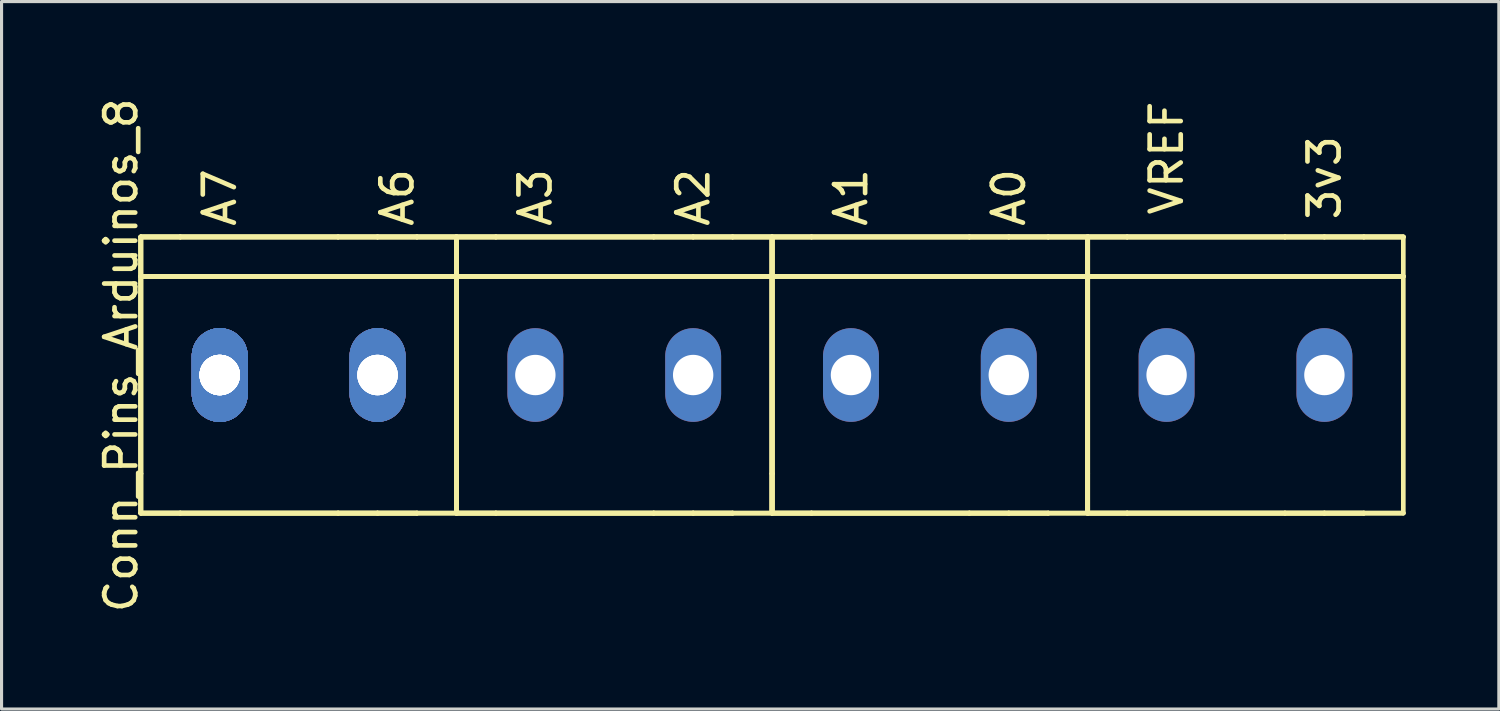
<source format=kicad_pcb>
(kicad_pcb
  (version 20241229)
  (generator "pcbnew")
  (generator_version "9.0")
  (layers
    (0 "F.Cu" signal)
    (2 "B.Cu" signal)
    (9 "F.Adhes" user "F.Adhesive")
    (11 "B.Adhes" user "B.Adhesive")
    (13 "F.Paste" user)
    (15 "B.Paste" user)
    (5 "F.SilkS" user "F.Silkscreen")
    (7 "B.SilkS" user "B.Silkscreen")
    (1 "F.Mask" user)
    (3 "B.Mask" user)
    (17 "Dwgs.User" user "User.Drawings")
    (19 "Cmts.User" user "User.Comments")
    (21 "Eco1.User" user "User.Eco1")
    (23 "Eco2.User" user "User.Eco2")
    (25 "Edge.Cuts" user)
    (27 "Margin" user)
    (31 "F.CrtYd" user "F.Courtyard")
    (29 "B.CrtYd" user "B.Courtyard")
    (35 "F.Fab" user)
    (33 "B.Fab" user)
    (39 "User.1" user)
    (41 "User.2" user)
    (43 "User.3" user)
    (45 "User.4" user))
  (footprint "Conn_Pins_Arduinos_8"
    (layer "F.Cu")
    (at 6.563 9.022)
    (property "Reference" "Conn_Pins_Arduinos_8" (at -5.715 -0.635 90) (layer "F.SilkS") (effects (font (size 1 1) (thickness 0.15))))
    (attr exclude_from_pos_files exclude_from_bom)
    (fp_line (start -5.08 -4.445) (end -3.81 -4.445) (stroke (width 0.15) (type solid)) (layer "F.SilkS"))
    (fp_line (start -5.08 -4.445) (end -3.81 -4.445) (stroke (width 0.15) (type solid)) (layer "F.SilkS"))
    (fp_line (start -5.08 -4.445) (end -3.81 -4.445) (stroke (width 0.15) (type solid)) (layer "F.SilkS"))
    (fp_line (start -5.08 -4.445) (end -3.81 -4.445) (stroke (width 0.15) (type solid)) (layer "F.SilkS"))
    (fp_line (start -5.08 -3.175) (end -5.08 -4.445) (stroke (width 0.15) (type solid)) (layer "F.SilkS"))
    (fp_line (start -5.08 -3.175) (end -5.08 -4.445) (stroke (width 0.15) (type solid)) (layer "F.SilkS"))
    (fp_line (start -5.08 -3.175) (end -5.08 -4.445) (stroke (width 0.15) (type solid)) (layer "F.SilkS"))
    (fp_line (start -5.08 -3.175) (end -5.08 -4.445) (stroke (width 0.15) (type solid)) (layer "F.SilkS"))
    (fp_line (start -5.08 -3.175) (end -5.08 3.175) (stroke (width 0.15) (type solid)) (layer "F.SilkS"))
    (fp_line (start -5.08 -3.175) (end -5.08 3.175) (stroke (width 0.15) (type solid)) (layer "F.SilkS"))
    (fp_line (start -5.08 -3.175) (end -5.08 3.175) (stroke (width 0.15) (type solid)) (layer "F.SilkS"))
    (fp_line (start -5.08 -3.175) (end -5.08 3.175) (stroke (width 0.15) (type solid)) (layer "F.SilkS"))
    (fp_line (start -5.08 -3.175) (end -3.81 -3.175) (stroke (width 0.15) (type solid)) (layer "F.SilkS"))
    (fp_line (start -5.08 -3.175) (end -3.81 -3.175) (stroke (width 0.15) (type solid)) (layer "F.SilkS"))
    (fp_line (start -5.08 -3.175) (end -3.81 -3.175) (stroke (width 0.15) (type solid)) (layer "F.SilkS"))
    (fp_line (start -5.08 -3.175) (end -3.81 -3.175) (stroke (width 0.15) (type solid)) (layer "F.SilkS"))
    (fp_line (start -5.08 4.445) (end -5.08 3.175) (stroke (width 0.15) (type solid)) (layer "F.SilkS"))
    (fp_line (start -5.08 4.445) (end -5.08 3.175) (stroke (width 0.15) (type solid)) (layer "F.SilkS"))
    (fp_line (start -5.08 4.445) (end -5.08 3.175) (stroke (width 0.15) (type solid)) (layer "F.SilkS"))
    (fp_line (start -5.08 4.445) (end -5.08 3.175) (stroke (width 0.15) (type solid)) (layer "F.SilkS"))
    (fp_line (start -3.81 -4.445) (end 1.27 -4.445) (stroke (width 0.15) (type solid)) (layer "F.SilkS"))
    (fp_line (start -3.81 -4.445) (end 1.27 -4.445) (stroke (width 0.15) (type solid)) (layer "F.SilkS"))
    (fp_line (start -3.81 -4.445) (end 1.27 -4.445) (stroke (width 0.15) (type solid)) (layer "F.SilkS"))
    (fp_line (start -3.81 -4.445) (end 1.27 -4.445) (stroke (width 0.15) (type solid)) (layer "F.SilkS"))
    (fp_line (start -3.81 4.445) (end -5.08 4.445) (stroke (width 0.15) (type solid)) (layer "F.SilkS"))
    (fp_line (start -3.81 4.445) (end -5.08 4.445) (stroke (width 0.15) (type solid)) (layer "F.SilkS"))
    (fp_line (start -3.81 4.445) (end -5.08 4.445) (stroke (width 0.15) (type solid)) (layer "F.SilkS"))
    (fp_line (start -3.81 4.445) (end -5.08 4.445) (stroke (width 0.15) (type solid)) (layer "F.SilkS"))
    (fp_line (start 1.27 -4.445) (end 2.54 -4.445) (stroke (width 0.15) (type solid)) (layer "F.SilkS"))
    (fp_line (start 1.27 -4.445) (end 2.54 -4.445) (stroke (width 0.15) (type solid)) (layer "F.SilkS"))
    (fp_line (start 1.27 -4.445) (end 2.54 -4.445) (stroke (width 0.15) (type solid)) (layer "F.SilkS"))
    (fp_line (start 1.27 -4.445) (end 2.54 -4.445) (stroke (width 0.15) (type solid)) (layer "F.SilkS"))
    (fp_line (start 1.27 -3.175) (end -3.81 -3.175) (stroke (width 0.15) (type solid)) (layer "F.SilkS"))
    (fp_line (start 1.27 -3.175) (end -3.81 -3.175) (stroke (width 0.15) (type solid)) (layer "F.SilkS"))
    (fp_line (start 1.27 -3.175) (end -3.81 -3.175) (stroke (width 0.15) (type solid)) (layer "F.SilkS"))
    (fp_line (start 1.27 -3.175) (end -3.81 -3.175) (stroke (width 0.15) (type solid)) (layer "F.SilkS"))
    (fp_line (start 1.27 -3.175) (end 2.54 -3.175) (stroke (width 0.15) (type solid)) (layer "F.SilkS"))
    (fp_line (start 1.27 -3.175) (end 2.54 -3.175) (stroke (width 0.15) (type solid)) (layer "F.SilkS"))
    (fp_line (start 1.27 -3.175) (end 2.54 -3.175) (stroke (width 0.15) (type solid)) (layer "F.SilkS"))
    (fp_line (start 1.27 -3.175) (end 2.54 -3.175) (stroke (width 0.15) (type solid)) (layer "F.SilkS"))
    (fp_line (start 1.27 4.445) (end -3.81 4.445) (stroke (width 0.15) (type solid)) (layer "F.SilkS"))
    (fp_line (start 1.27 4.445) (end -3.81 4.445) (stroke (width 0.15) (type solid)) (layer "F.SilkS"))
    (fp_line (start 1.27 4.445) (end -3.81 4.445) (stroke (width 0.15) (type solid)) (layer "F.SilkS"))
    (fp_line (start 1.27 4.445) (end -3.81 4.445) (stroke (width 0.15) (type solid)) (layer "F.SilkS"))
    (fp_line (start 1.27 4.445) (end 2.54 4.445) (stroke (width 0.15) (type solid)) (layer "F.SilkS"))
    (fp_line (start 1.27 4.445) (end 2.54 4.445) (stroke (width 0.15) (type solid)) (layer "F.SilkS"))
    (fp_line (start 1.27 4.445) (end 2.54 4.445) (stroke (width 0.15) (type solid)) (layer "F.SilkS"))
    (fp_line (start 1.27 4.445) (end 2.54 4.445) (stroke (width 0.15) (type solid)) (layer "F.SilkS"))
    (fp_line (start 2.54 -4.445) (end 3.81 -4.445) (stroke (width 0.15) (type solid)) (layer "F.SilkS"))
    (fp_line (start 2.54 -4.445) (end 3.81 -4.445) (stroke (width 0.15) (type solid)) (layer "F.SilkS"))
    (fp_line (start 2.54 -4.445) (end 3.81 -4.445) (stroke (width 0.15) (type solid)) (layer "F.SilkS"))
    (fp_line (start 2.54 -4.445) (end 3.81 -4.445) (stroke (width 0.15) (type solid)) (layer "F.SilkS"))
    (fp_line (start 2.54 -3.175) (end 3.81 -3.175) (stroke (width 0.15) (type solid)) (layer "F.SilkS"))
    (fp_line (start 2.54 -3.175) (end 3.81 -3.175) (stroke (width 0.15) (type solid)) (layer "F.SilkS"))
    (fp_line (start 2.54 -3.175) (end 3.81 -3.175) (stroke (width 0.15) (type solid)) (layer "F.SilkS"))
    (fp_line (start 2.54 -3.175) (end 3.81 -3.175) (stroke (width 0.15) (type solid)) (layer "F.SilkS"))
    (fp_line (start 2.54 4.445) (end 3.81 4.445) (stroke (width 0.15) (type solid)) (layer "F.SilkS"))
    (fp_line (start 2.54 4.445) (end 3.81 4.445) (stroke (width 0.15) (type solid)) (layer "F.SilkS"))
    (fp_line (start 2.54 4.445) (end 3.81 4.445) (stroke (width 0.15) (type solid)) (layer "F.SilkS"))
    (fp_line (start 2.54 4.445) (end 3.81 4.445) (stroke (width 0.15) (type solid)) (layer "F.SilkS"))
    (fp_line (start 3.81 -4.445) (end 5.08 -4.445) (stroke (width 0.15) (type solid)) (layer "F.SilkS"))
    (fp_line (start 3.81 -4.445) (end 5.08 -4.445) (stroke (width 0.15) (type solid)) (layer "F.SilkS"))
    (fp_line (start 3.81 -4.445) (end 5.08 -4.445) (stroke (width 0.15) (type solid)) (layer "F.SilkS"))
    (fp_line (start 3.81 -4.445) (end 5.08 -4.445) (stroke (width 0.15) (type solid)) (layer "F.SilkS"))
    (fp_line (start 3.81 -3.175) (end 5.08 -3.175) (stroke (width 0.15) (type solid)) (layer "F.SilkS"))
    (fp_line (start 3.81 -3.175) (end 5.08 -3.175) (stroke (width 0.15) (type solid)) (layer "F.SilkS"))
    (fp_line (start 3.81 -3.175) (end 5.08 -3.175) (stroke (width 0.15) (type solid)) (layer "F.SilkS"))
    (fp_line (start 3.81 -3.175) (end 5.08 -3.175) (stroke (width 0.15) (type solid)) (layer "F.SilkS"))
    (fp_line (start 5.08 -4.445) (end 5.08 4.445) (stroke (width 0.15) (type solid)) (layer "F.SilkS"))
    (fp_line (start 5.08 -4.445) (end 6.35 -4.445) (stroke (width 0.15) (type solid)) (layer "F.SilkS"))
    (fp_line (start 5.08 -4.445) (end 6.35 -4.445) (stroke (width 0.15) (type solid)) (layer "F.SilkS"))
    (fp_line (start 5.08 -4.445) (end 6.35 -4.445) (stroke (width 0.15) (type solid)) (layer "F.SilkS"))
    (fp_line (start 5.08 -4.445) (end 6.35 -4.445) (stroke (width 0.15) (type solid)) (layer "F.SilkS"))
    (fp_line (start 5.08 -3.175) (end 5.08 -4.445) (stroke (width 0.15) (type solid)) (layer "F.SilkS"))
    (fp_line (start 5.08 -3.175) (end 5.08 -4.445) (stroke (width 0.15) (type solid)) (layer "F.SilkS"))
    (fp_line (start 5.08 -3.175) (end 5.08 -4.445) (stroke (width 0.15) (type solid)) (layer "F.SilkS"))
    (fp_line (start 5.08 -3.175) (end 5.08 -4.445) (stroke (width 0.15) (type solid)) (layer "F.SilkS"))
    (fp_line (start 5.08 -3.175) (end 5.08 3.175) (stroke (width 0.15) (type solid)) (layer "F.SilkS"))
    (fp_line (start 5.08 -3.175) (end 5.08 3.175) (stroke (width 0.15) (type solid)) (layer "F.SilkS"))
    (fp_line (start 5.08 -3.175) (end 5.08 3.175) (stroke (width 0.15) (type solid)) (layer "F.SilkS"))
    (fp_line (start 5.08 -3.175) (end 5.08 3.175) (stroke (width 0.15) (type solid)) (layer "F.SilkS"))
    (fp_line (start 5.08 -3.175) (end 6.35 -3.175) (stroke (width 0.15) (type solid)) (layer "F.SilkS"))
    (fp_line (start 5.08 -3.175) (end 6.35 -3.175) (stroke (width 0.15) (type solid)) (layer "F.SilkS"))
    (fp_line (start 5.08 -3.175) (end 6.35 -3.175) (stroke (width 0.15) (type solid)) (layer "F.SilkS"))
    (fp_line (start 5.08 -3.175) (end 6.35 -3.175) (stroke (width 0.15) (type solid)) (layer "F.SilkS"))
    (fp_line (start 5.08 4.445) (end 3.81 4.445) (stroke (width 0.15) (type solid)) (layer "F.SilkS"))
    (fp_line (start 5.08 4.445) (end 3.81 4.445) (stroke (width 0.15) (type solid)) (layer "F.SilkS"))
    (fp_line (start 5.08 4.445) (end 5.08 3.175) (stroke (width 0.15) (type solid)) (layer "F.SilkS"))
    (fp_line (start 5.08 4.445) (end 5.08 3.175) (stroke (width 0.15) (type solid)) (layer "F.SilkS"))
    (fp_line (start 5.08 4.445) (end 5.08 3.175) (stroke (width 0.15) (type solid)) (layer "F.SilkS"))
    (fp_line (start 5.08 4.445) (end 5.08 3.175) (stroke (width 0.15) (type solid)) (layer "F.SilkS"))
    (fp_line (start 6.35 -4.445) (end 11.43 -4.445) (stroke (width 0.15) (type solid)) (layer "F.SilkS"))
    (fp_line (start 6.35 -4.445) (end 11.43 -4.445) (stroke (width 0.15) (type solid)) (layer "F.SilkS"))
    (fp_line (start 6.35 -4.445) (end 11.43 -4.445) (stroke (width 0.15) (type solid)) (layer "F.SilkS"))
    (fp_line (start 6.35 -4.445) (end 11.43 -4.445) (stroke (width 0.15) (type solid)) (layer "F.SilkS"))
    (fp_line (start 6.35 4.445) (end 5.08 4.445) (stroke (width 0.15) (type solid)) (layer "F.SilkS"))
    (fp_line (start 6.35 4.445) (end 5.08 4.445) (stroke (width 0.15) (type solid)) (layer "F.SilkS"))
    (fp_line (start 6.35 4.445) (end 5.08 4.445) (stroke (width 0.15) (type solid)) (layer "F.SilkS"))
    (fp_line (start 6.35 4.445) (end 5.08 4.445) (stroke (width 0.15) (type solid)) (layer "F.SilkS"))
    (fp_line (start 11.43 -4.445) (end 12.7 -4.445) (stroke (width 0.15) (type solid)) (layer "F.SilkS"))
    (fp_line (start 11.43 -4.445) (end 12.7 -4.445) (stroke (width 0.15) (type solid)) (layer "F.SilkS"))
    (fp_line (start 11.43 -4.445) (end 12.7 -4.445) (stroke (width 0.15) (type solid)) (layer "F.SilkS"))
    (fp_line (start 11.43 -4.445) (end 12.7 -4.445) (stroke (width 0.15) (type solid)) (layer "F.SilkS"))
    (fp_line (start 11.43 -3.175) (end 6.35 -3.175) (stroke (width 0.15) (type solid)) (layer "F.SilkS"))
    (fp_line (start 11.43 -3.175) (end 6.35 -3.175) (stroke (width 0.15) (type solid)) (layer "F.SilkS"))
    (fp_line (start 11.43 -3.175) (end 6.35 -3.175) (stroke (width 0.15) (type solid)) (layer "F.SilkS"))
    (fp_line (start 11.43 -3.175) (end 6.35 -3.175) (stroke (width 0.15) (type solid)) (layer "F.SilkS"))
    (fp_line (start 11.43 -3.175) (end 12.7 -3.175) (stroke (width 0.15) (type solid)) (layer "F.SilkS"))
    (fp_line (start 11.43 -3.175) (end 12.7 -3.175) (stroke (width 0.15) (type solid)) (layer "F.SilkS"))
    (fp_line (start 11.43 -3.175) (end 12.7 -3.175) (stroke (width 0.15) (type solid)) (layer "F.SilkS"))
    (fp_line (start 11.43 -3.175) (end 12.7 -3.175) (stroke (width 0.15) (type solid)) (layer "F.SilkS"))
    (fp_line (start 11.43 4.445) (end 6.35 4.445) (stroke (width 0.15) (type solid)) (layer "F.SilkS"))
    (fp_line (start 11.43 4.445) (end 6.35 4.445) (stroke (width 0.15) (type solid)) (layer "F.SilkS"))
    (fp_line (start 11.43 4.445) (end 6.35 4.445) (stroke (width 0.15) (type solid)) (layer "F.SilkS"))
    (fp_line (start 11.43 4.445) (end 6.35 4.445) (stroke (width 0.15) (type solid)) (layer "F.SilkS"))
    (fp_line (start 11.43 4.445) (end 12.7 4.445) (stroke (width 0.15) (type solid)) (layer "F.SilkS"))
    (fp_line (start 11.43 4.445) (end 12.7 4.445) (stroke (width 0.15) (type solid)) (layer "F.SilkS"))
    (fp_line (start 11.43 4.445) (end 12.7 4.445) (stroke (width 0.15) (type solid)) (layer "F.SilkS"))
    (fp_line (start 11.43 4.445) (end 12.7 4.445) (stroke (width 0.15) (type solid)) (layer "F.SilkS"))
    (fp_line (start 12.7 -4.445) (end 13.97 -4.445) (stroke (width 0.15) (type solid)) (layer "F.SilkS"))
    (fp_line (start 12.7 -4.445) (end 13.97 -4.445) (stroke (width 0.15) (type solid)) (layer "F.SilkS"))
    (fp_line (start 12.7 -4.445) (end 13.97 -4.445) (stroke (width 0.15) (type solid)) (layer "F.SilkS"))
    (fp_line (start 12.7 -4.445) (end 13.97 -4.445) (stroke (width 0.15) (type solid)) (layer "F.SilkS"))
    (fp_line (start 12.7 -3.175) (end 13.97 -3.175) (stroke (width 0.15) (type solid)) (layer "F.SilkS"))
    (fp_line (start 12.7 -3.175) (end 13.97 -3.175) (stroke (width 0.15) (type solid)) (layer "F.SilkS"))
    (fp_line (start 12.7 -3.175) (end 13.97 -3.175) (stroke (width 0.15) (type solid)) (layer "F.SilkS"))
    (fp_line (start 12.7 -3.175) (end 13.97 -3.175) (stroke (width 0.15) (type solid)) (layer "F.SilkS"))
    (fp_line (start 12.7 4.445) (end 13.97 4.445) (stroke (width 0.15) (type solid)) (layer "F.SilkS"))
    (fp_line (start 12.7 4.445) (end 13.97 4.445) (stroke (width 0.15) (type solid)) (layer "F.SilkS"))
    (fp_line (start 12.7 4.445) (end 13.97 4.445) (stroke (width 0.15) (type solid)) (layer "F.SilkS"))
    (fp_line (start 12.7 4.445) (end 13.97 4.445) (stroke (width 0.15) (type solid)) (layer "F.SilkS"))
    (fp_line (start 13.97 -4.445) (end 15.24 -4.445) (stroke (width 0.15) (type solid)) (layer "F.SilkS"))
    (fp_line (start 13.97 -4.445) (end 15.24 -4.445) (stroke (width 0.15) (type solid)) (layer "F.SilkS"))
    (fp_line (start 13.97 -4.445) (end 15.24 -4.445) (stroke (width 0.15) (type solid)) (layer "F.SilkS"))
    (fp_line (start 13.97 -4.445) (end 15.24 -4.445) (stroke (width 0.15) (type solid)) (layer "F.SilkS"))
    (fp_line (start 13.97 -3.175) (end 15.24 -3.175) (stroke (width 0.15) (type solid)) (layer "F.SilkS"))
    (fp_line (start 13.97 -3.175) (end 15.24 -3.175) (stroke (width 0.15) (type solid)) (layer "F.SilkS"))
    (fp_line (start 13.97 -3.175) (end 15.24 -3.175) (stroke (width 0.15) (type solid)) (layer "F.SilkS"))
    (fp_line (start 13.97 -3.175) (end 15.24 -3.175) (stroke (width 0.15) (type solid)) (layer "F.SilkS"))
    (fp_line (start 15.24 -4.445) (end 15.24 4.445) (stroke (width 0.15) (type solid)) (layer "F.SilkS"))
    (fp_line (start 15.24 -4.445) (end 15.24 4.445) (stroke (width 0.15) (type solid)) (layer "F.SilkS"))
    (fp_line (start 15.24 -4.445) (end 16.51 -4.445) (stroke (width 0.15) (type solid)) (layer "F.SilkS"))
    (fp_line (start 15.24 -4.445) (end 16.51 -4.445) (stroke (width 0.15) (type solid)) (layer "F.SilkS"))
    (fp_line (start 15.24 -4.445) (end 16.51 -4.445) (stroke (width 0.15) (type solid)) (layer "F.SilkS"))
    (fp_line (start 15.24 -4.445) (end 16.51 -4.445) (stroke (width 0.15) (type solid)) (layer "F.SilkS"))
    (fp_line (start 15.24 -3.175) (end 15.24 -4.445) (stroke (width 0.15) (type solid)) (layer "F.SilkS"))
    (fp_line (start 15.24 -3.175) (end 15.24 -4.445) (stroke (width 0.15) (type solid)) (layer "F.SilkS"))
    (fp_line (start 15.24 -3.175) (end 15.24 -4.445) (stroke (width 0.15) (type solid)) (layer "F.SilkS"))
    (fp_line (start 15.24 -3.175) (end 15.24 -4.445) (stroke (width 0.15) (type solid)) (layer "F.SilkS"))
    (fp_line (start 15.24 -3.175) (end 15.24 3.175) (stroke (width 0.15) (type solid)) (layer "F.SilkS"))
    (fp_line (start 15.24 -3.175) (end 15.24 3.175) (stroke (width 0.15) (type solid)) (layer "F.SilkS"))
    (fp_line (start 15.24 -3.175) (end 15.24 3.175) (stroke (width 0.15) (type solid)) (layer "F.SilkS"))
    (fp_line (start 15.24 -3.175) (end 15.24 3.175) (stroke (width 0.15) (type solid)) (layer "F.SilkS"))
    (fp_line (start 15.24 -3.175) (end 16.51 -3.175) (stroke (width 0.15) (type solid)) (layer "F.SilkS"))
    (fp_line (start 15.24 -3.175) (end 16.51 -3.175) (stroke (width 0.15) (type solid)) (layer "F.SilkS"))
    (fp_line (start 15.24 -3.175) (end 16.51 -3.175) (stroke (width 0.15) (type solid)) (layer "F.SilkS"))
    (fp_line (start 15.24 -3.175) (end 16.51 -3.175) (stroke (width 0.15) (type solid)) (layer "F.SilkS"))
    (fp_line (start 15.24 4.445) (end 13.97 4.445) (stroke (width 0.15) (type solid)) (layer "F.SilkS"))
    (fp_line (start 15.24 4.445) (end 13.97 4.445) (stroke (width 0.15) (type solid)) (layer "F.SilkS"))
    (fp_line (start 15.24 4.445) (end 15.24 3.175) (stroke (width 0.15) (type solid)) (layer "F.SilkS"))
    (fp_line (start 15.24 4.445) (end 15.24 3.175) (stroke (width 0.15) (type solid)) (layer "F.SilkS"))
    (fp_line (start 15.24 4.445) (end 15.24 3.175) (stroke (width 0.15) (type solid)) (layer "F.SilkS"))
    (fp_line (start 15.24 4.445) (end 15.24 3.175) (stroke (width 0.15) (type solid)) (layer "F.SilkS"))
    (fp_line (start 16.51 -4.445) (end 21.59 -4.445) (stroke (width 0.15) (type solid)) (layer "F.SilkS"))
    (fp_line (start 16.51 -4.445) (end 21.59 -4.445) (stroke (width 0.15) (type solid)) (layer "F.SilkS"))
    (fp_line (start 16.51 -4.445) (end 21.59 -4.445) (stroke (width 0.15) (type solid)) (layer "F.SilkS"))
    (fp_line (start 16.51 -4.445) (end 21.59 -4.445) (stroke (width 0.15) (type solid)) (layer "F.SilkS"))
    (fp_line (start 16.51 4.445) (end 15.24 4.445) (stroke (width 0.15) (type solid)) (layer "F.SilkS"))
    (fp_line (start 16.51 4.445) (end 15.24 4.445) (stroke (width 0.15) (type solid)) (layer "F.SilkS"))
    (fp_line (start 16.51 4.445) (end 15.24 4.445) (stroke (width 0.15) (type solid)) (layer "F.SilkS"))
    (fp_line (start 16.51 4.445) (end 15.24 4.445) (stroke (width 0.15) (type solid)) (layer "F.SilkS"))
    (fp_line (start 21.59 -4.445) (end 22.86 -4.445) (stroke (width 0.15) (type solid)) (layer "F.SilkS"))
    (fp_line (start 21.59 -4.445) (end 22.86 -4.445) (stroke (width 0.15) (type solid)) (layer "F.SilkS"))
    (fp_line (start 21.59 -4.445) (end 22.86 -4.445) (stroke (width 0.15) (type solid)) (layer "F.SilkS"))
    (fp_line (start 21.59 -4.445) (end 22.86 -4.445) (stroke (width 0.15) (type solid)) (layer "F.SilkS"))
    (fp_line (start 21.59 -3.175) (end 16.51 -3.175) (stroke (width 0.15) (type solid)) (layer "F.SilkS"))
    (fp_line (start 21.59 -3.175) (end 16.51 -3.175) (stroke (width 0.15) (type solid)) (layer "F.SilkS"))
    (fp_line (start 21.59 -3.175) (end 16.51 -3.175) (stroke (width 0.15) (type solid)) (layer "F.SilkS"))
    (fp_line (start 21.59 -3.175) (end 16.51 -3.175) (stroke (width 0.15) (type solid)) (layer "F.SilkS"))
    (fp_line (start 21.59 -3.175) (end 22.86 -3.175) (stroke (width 0.15) (type solid)) (layer "F.SilkS"))
    (fp_line (start 21.59 -3.175) (end 22.86 -3.175) (stroke (width 0.15) (type solid)) (layer "F.SilkS"))
    (fp_line (start 21.59 -3.175) (end 22.86 -3.175) (stroke (width 0.15) (type solid)) (layer "F.SilkS"))
    (fp_line (start 21.59 -3.175) (end 22.86 -3.175) (stroke (width 0.15) (type solid)) (layer "F.SilkS"))
    (fp_line (start 21.59 4.445) (end 16.51 4.445) (stroke (width 0.15) (type solid)) (layer "F.SilkS"))
    (fp_line (start 21.59 4.445) (end 16.51 4.445) (stroke (width 0.15) (type solid)) (layer "F.SilkS"))
    (fp_line (start 21.59 4.445) (end 16.51 4.445) (stroke (width 0.15) (type solid)) (layer "F.SilkS"))
    (fp_line (start 21.59 4.445) (end 16.51 4.445) (stroke (width 0.15) (type solid)) (layer "F.SilkS"))
    (fp_line (start 21.59 4.445) (end 22.86 4.445) (stroke (width 0.15) (type solid)) (layer "F.SilkS"))
    (fp_line (start 21.59 4.445) (end 22.86 4.445) (stroke (width 0.15) (type solid)) (layer "F.SilkS"))
    (fp_line (start 21.59 4.445) (end 22.86 4.445) (stroke (width 0.15) (type solid)) (layer "F.SilkS"))
    (fp_line (start 21.59 4.445) (end 22.86 4.445) (stroke (width 0.15) (type solid)) (layer "F.SilkS"))
    (fp_line (start 22.86 -4.445) (end 24.13 -4.445) (stroke (width 0.15) (type solid)) (layer "F.SilkS"))
    (fp_line (start 22.86 -4.445) (end 24.13 -4.445) (stroke (width 0.15) (type solid)) (layer "F.SilkS"))
    (fp_line (start 22.86 -4.445) (end 24.13 -4.445) (stroke (width 0.15) (type solid)) (layer "F.SilkS"))
    (fp_line (start 22.86 -4.445) (end 24.13 -4.445) (stroke (width 0.15) (type solid)) (layer "F.SilkS"))
    (fp_line (start 22.86 -3.175) (end 24.13 -3.175) (stroke (width 0.15) (type solid)) (layer "F.SilkS"))
    (fp_line (start 22.86 -3.175) (end 24.13 -3.175) (stroke (width 0.15) (type solid)) (layer "F.SilkS"))
    (fp_line (start 22.86 -3.175) (end 24.13 -3.175) (stroke (width 0.15) (type solid)) (layer "F.SilkS"))
    (fp_line (start 22.86 -3.175) (end 24.13 -3.175) (stroke (width 0.15) (type solid)) (layer "F.SilkS"))
    (fp_line (start 22.86 4.445) (end 24.13 4.445) (stroke (width 0.15) (type solid)) (layer "F.SilkS"))
    (fp_line (start 22.86 4.445) (end 24.13 4.445) (stroke (width 0.15) (type solid)) (layer "F.SilkS"))
    (fp_line (start 22.86 4.445) (end 24.13 4.445) (stroke (width 0.15) (type solid)) (layer "F.SilkS"))
    (fp_line (start 22.86 4.445) (end 24.13 4.445) (stroke (width 0.15) (type solid)) (layer "F.SilkS"))
    (fp_line (start 24.13 -4.445) (end 25.4 -4.445) (stroke (width 0.15) (type solid)) (layer "F.SilkS"))
    (fp_line (start 24.13 -4.445) (end 25.4 -4.445) (stroke (width 0.15) (type solid)) (layer "F.SilkS"))
    (fp_line (start 24.13 -4.445) (end 25.4 -4.445) (stroke (width 0.15) (type solid)) (layer "F.SilkS"))
    (fp_line (start 24.13 -4.445) (end 25.4 -4.445) (stroke (width 0.15) (type solid)) (layer "F.SilkS"))
    (fp_line (start 24.13 -3.175) (end 25.4 -3.175) (stroke (width 0.15) (type solid)) (layer "F.SilkS"))
    (fp_line (start 24.13 -3.175) (end 25.4 -3.175) (stroke (width 0.15) (type solid)) (layer "F.SilkS"))
    (fp_line (start 24.13 -3.175) (end 25.4 -3.175) (stroke (width 0.15) (type solid)) (layer "F.SilkS"))
    (fp_line (start 24.13 -3.175) (end 25.4 -3.175) (stroke (width 0.15) (type solid)) (layer "F.SilkS"))
    (fp_line (start 25.4 -4.445) (end 25.4 4.445) (stroke (width 0.15) (type solid)) (layer "F.SilkS"))
    (fp_line (start 25.4 -4.445) (end 25.4 4.445) (stroke (width 0.15) (type solid)) (layer "F.SilkS"))
    (fp_line (start 25.4 -4.445) (end 25.4 4.445) (stroke (width 0.15) (type solid)) (layer "F.SilkS"))
    (fp_line (start 25.4 -4.445) (end 26.67 -4.445) (stroke (width 0.15) (type solid)) (layer "F.SilkS"))
    (fp_line (start 25.4 -4.445) (end 26.67 -4.445) (stroke (width 0.15) (type solid)) (layer "F.SilkS"))
    (fp_line (start 25.4 -4.445) (end 26.67 -4.445) (stroke (width 0.15) (type solid)) (layer "F.SilkS"))
    (fp_line (start 25.4 -4.445) (end 26.67 -4.445) (stroke (width 0.15) (type solid)) (layer "F.SilkS"))
    (fp_line (start 25.4 -3.175) (end 25.4 -4.445) (stroke (width 0.15) (type solid)) (layer "F.SilkS"))
    (fp_line (start 25.4 -3.175) (end 25.4 -4.445) (stroke (width 0.15) (type solid)) (layer "F.SilkS"))
    (fp_line (start 25.4 -3.175) (end 25.4 -4.445) (stroke (width 0.15) (type solid)) (layer "F.SilkS"))
    (fp_line (start 25.4 -3.175) (end 25.4 -4.445) (stroke (width 0.15) (type solid)) (layer "F.SilkS"))
    (fp_line (start 25.4 -3.175) (end 25.4 3.175) (stroke (width 0.15) (type solid)) (layer "F.SilkS"))
    (fp_line (start 25.4 -3.175) (end 25.4 3.175) (stroke (width 0.15) (type solid)) (layer "F.SilkS"))
    (fp_line (start 25.4 -3.175) (end 25.4 3.175) (stroke (width 0.15) (type solid)) (layer "F.SilkS"))
    (fp_line (start 25.4 -3.175) (end 25.4 3.175) (stroke (width 0.15) (type solid)) (layer "F.SilkS"))
    (fp_line (start 25.4 -3.175) (end 26.67 -3.175) (stroke (width 0.15) (type solid)) (layer "F.SilkS"))
    (fp_line (start 25.4 -3.175) (end 26.67 -3.175) (stroke (width 0.15) (type solid)) (layer "F.SilkS"))
    (fp_line (start 25.4 -3.175) (end 26.67 -3.175) (stroke (width 0.15) (type solid)) (layer "F.SilkS"))
    (fp_line (start 25.4 -3.175) (end 26.67 -3.175) (stroke (width 0.15) (type solid)) (layer "F.SilkS"))
    (fp_line (start 25.4 4.445) (end 24.13 4.445) (stroke (width 0.15) (type solid)) (layer "F.SilkS"))
    (fp_line (start 25.4 4.445) (end 24.13 4.445) (stroke (width 0.15) (type solid)) (layer "F.SilkS"))
    (fp_line (start 25.4 4.445) (end 25.4 3.175) (stroke (width 0.15) (type solid)) (layer "F.SilkS"))
    (fp_line (start 25.4 4.445) (end 25.4 3.175) (stroke (width 0.15) (type solid)) (layer "F.SilkS"))
    (fp_line (start 25.4 4.445) (end 25.4 3.175) (stroke (width 0.15) (type solid)) (layer "F.SilkS"))
    (fp_line (start 25.4 4.445) (end 25.4 3.175) (stroke (width 0.15) (type solid)) (layer "F.SilkS"))
    (fp_line (start 26.67 -4.445) (end 31.75 -4.445) (stroke (width 0.15) (type solid)) (layer "F.SilkS"))
    (fp_line (start 26.67 -4.445) (end 31.75 -4.445) (stroke (width 0.15) (type solid)) (layer "F.SilkS"))
    (fp_line (start 26.67 -4.445) (end 31.75 -4.445) (stroke (width 0.15) (type solid)) (layer "F.SilkS"))
    (fp_line (start 26.67 -4.445) (end 31.75 -4.445) (stroke (width 0.15) (type solid)) (layer "F.SilkS"))
    (fp_line (start 26.67 4.445) (end 25.4 4.445) (stroke (width 0.15) (type solid)) (layer "F.SilkS"))
    (fp_line (start 26.67 4.445) (end 25.4 4.445) (stroke (width 0.15) (type solid)) (layer "F.SilkS"))
    (fp_line (start 26.67 4.445) (end 25.4 4.445) (stroke (width 0.15) (type solid)) (layer "F.SilkS"))
    (fp_line (start 26.67 4.445) (end 25.4 4.445) (stroke (width 0.15) (type solid)) (layer "F.SilkS"))
    (fp_line (start 31.75 -4.445) (end 33.02 -4.445) (stroke (width 0.15) (type solid)) (layer "F.SilkS"))
    (fp_line (start 31.75 -4.445) (end 33.02 -4.445) (stroke (width 0.15) (type solid)) (layer "F.SilkS"))
    (fp_line (start 31.75 -4.445) (end 33.02 -4.445) (stroke (width 0.15) (type solid)) (layer "F.SilkS"))
    (fp_line (start 31.75 -4.445) (end 33.02 -4.445) (stroke (width 0.15) (type solid)) (layer "F.SilkS"))
    (fp_line (start 31.75 -3.175) (end 26.67 -3.175) (stroke (width 0.15) (type solid)) (layer "F.SilkS"))
    (fp_line (start 31.75 -3.175) (end 26.67 -3.175) (stroke (width 0.15) (type solid)) (layer "F.SilkS"))
    (fp_line (start 31.75 -3.175) (end 26.67 -3.175) (stroke (width 0.15) (type solid)) (layer "F.SilkS"))
    (fp_line (start 31.75 -3.175) (end 26.67 -3.175) (stroke (width 0.15) (type solid)) (layer "F.SilkS"))
    (fp_line (start 31.75 -3.175) (end 33.02 -3.175) (stroke (width 0.15) (type solid)) (layer "F.SilkS"))
    (fp_line (start 31.75 -3.175) (end 33.02 -3.175) (stroke (width 0.15) (type solid)) (layer "F.SilkS"))
    (fp_line (start 31.75 -3.175) (end 33.02 -3.175) (stroke (width 0.15) (type solid)) (layer "F.SilkS"))
    (fp_line (start 31.75 -3.175) (end 33.02 -3.175) (stroke (width 0.15) (type solid)) (layer "F.SilkS"))
    (fp_line (start 31.75 4.445) (end 26.67 4.445) (stroke (width 0.15) (type solid)) (layer "F.SilkS"))
    (fp_line (start 31.75 4.445) (end 26.67 4.445) (stroke (width 0.15) (type solid)) (layer "F.SilkS"))
    (fp_line (start 31.75 4.445) (end 26.67 4.445) (stroke (width 0.15) (type solid)) (layer "F.SilkS"))
    (fp_line (start 31.75 4.445) (end 26.67 4.445) (stroke (width 0.15) (type solid)) (layer "F.SilkS"))
    (fp_line (start 31.75 4.445) (end 33.02 4.445) (stroke (width 0.15) (type solid)) (layer "F.SilkS"))
    (fp_line (start 31.75 4.445) (end 33.02 4.445) (stroke (width 0.15) (type solid)) (layer "F.SilkS"))
    (fp_line (start 31.75 4.445) (end 33.02 4.445) (stroke (width 0.15) (type solid)) (layer "F.SilkS"))
    (fp_line (start 31.75 4.445) (end 33.02 4.445) (stroke (width 0.15) (type solid)) (layer "F.SilkS"))
    (fp_line (start 33.02 -4.445) (end 34.29 -4.445) (stroke (width 0.15) (type solid)) (layer "F.SilkS"))
    (fp_line (start 33.02 -4.445) (end 34.29 -4.445) (stroke (width 0.15) (type solid)) (layer "F.SilkS"))
    (fp_line (start 33.02 -4.445) (end 34.29 -4.445) (stroke (width 0.15) (type solid)) (layer "F.SilkS"))
    (fp_line (start 33.02 -4.445) (end 34.29 -4.445) (stroke (width 0.15) (type solid)) (layer "F.SilkS"))
    (fp_line (start 33.02 -3.175) (end 34.29 -3.175) (stroke (width 0.15) (type solid)) (layer "F.SilkS"))
    (fp_line (start 33.02 -3.175) (end 34.29 -3.175) (stroke (width 0.15) (type solid)) (layer "F.SilkS"))
    (fp_line (start 33.02 -3.175) (end 34.29 -3.175) (stroke (width 0.15) (type solid)) (layer "F.SilkS"))
    (fp_line (start 33.02 -3.175) (end 34.29 -3.175) (stroke (width 0.15) (type solid)) (layer "F.SilkS"))
    (fp_line (start 33.02 4.445) (end 34.29 4.445) (stroke (width 0.15) (type solid)) (layer "F.SilkS"))
    (fp_line (start 33.02 4.445) (end 34.29 4.445) (stroke (width 0.15) (type solid)) (layer "F.SilkS"))
    (fp_line (start 33.02 4.445) (end 34.29 4.445) (stroke (width 0.15) (type solid)) (layer "F.SilkS"))
    (fp_line (start 33.02 4.445) (end 34.29 4.445) (stroke (width 0.15) (type solid)) (layer "F.SilkS"))
    (fp_line (start 34.29 -4.445) (end 35.56 -4.445) (stroke (width 0.15) (type solid)) (layer "F.SilkS"))
    (fp_line (start 34.29 -4.445) (end 35.56 -4.445) (stroke (width 0.15) (type solid)) (layer "F.SilkS"))
    (fp_line (start 34.29 -4.445) (end 35.56 -4.445) (stroke (width 0.15) (type solid)) (layer "F.SilkS"))
    (fp_line (start 34.29 -4.445) (end 35.56 -4.445) (stroke (width 0.15) (type solid)) (layer "F.SilkS"))
    (fp_line (start 34.29 -3.175) (end 35.56 -3.175) (stroke (width 0.15) (type solid)) (layer "F.SilkS"))
    (fp_line (start 34.29 -3.175) (end 35.56 -3.175) (stroke (width 0.15) (type solid)) (layer "F.SilkS"))
    (fp_line (start 34.29 -3.175) (end 35.56 -3.175) (stroke (width 0.15) (type solid)) (layer "F.SilkS"))
    (fp_line (start 34.29 -3.175) (end 35.56 -3.175) (stroke (width 0.15) (type solid)) (layer "F.SilkS"))
    (fp_line (start 35.56 -4.445) (end 35.56 4.445) (stroke (width 0.15) (type solid)) (layer "F.SilkS"))
    (fp_line (start 35.56 4.445) (end 34.29 4.445) (stroke (width 0.15) (type solid)) (layer "F.SilkS"))
    (fp_line (start 35.56 4.445) (end 34.29 4.445) (stroke (width 0.15) (type solid)) (layer "F.SilkS"))
    (fp_text user "3v3" (at 33.02 -6.35 90) (layer "F.SilkS") (effects (font (size 1 1) (thickness 0.15))))
    (fp_text user "A0" (at 22.86 -5.715 90) (layer "F.SilkS") (effects (font (size 1 1) (thickness 0.15))))
    (fp_text user "A3" (at 7.62 -5.715 90) (layer "F.SilkS") (effects (font (size 1 1) (thickness 0.15))))
    (fp_text user "A6" (at 3.175 -5.715 90) (layer "F.SilkS") (effects (font (size 1 1) (thickness 0.15))))
    (fp_text user "A1" (at 17.78 -5.715 90) (layer "F.SilkS") (effects (font (size 1 1) (thickness 0.15))))
    (fp_text user "A7" (at -2.54 -5.715 90) (layer "F.SilkS") (effects (font (size 1 1) (thickness 0.15))))
    (fp_text user "A2" (at 12.7 -5.715 90) (layer "F.SilkS") (effects (font (size 1 1) (thickness 0.15))))
    (fp_text user "VREF" (at 27.94 -6.985 90) (layer "F.SilkS") (effects (font (size 1 1) (thickness 0.15))))
    (pad "1" thru_hole oval (at -2.54 0) (size 1.8 3.015) (drill 1.3) (layers "*.Cu" "*.Mask"))
    (pad "1" thru_hole oval (at -2.54 0) (size 1.8 3.015) (drill 1.3) (layers "*.Cu" "*.Mask"))
    (pad "1" thru_hole oval (at -2.54 0) (size 1.8 3.015) (drill 1.3) (layers "*.Cu" "*.Mask"))
    (pad "1" thru_hole oval (at -2.54 0) (size 1.8 3.015) (drill 1.3) (layers "*.Cu" "*.Mask"))
    (pad "1" thru_hole oval (at -2.54 0) (size 1.8 3.015) (drill 1.3) (layers "*.Cu" "*.Mask"))
    (pad "1" thru_hole oval (at -2.54 0) (size 1.8 3.015) (drill 1.3) (layers "*.Cu" "*.Mask"))
    (pad "1" thru_hole oval (at -2.54 0) (size 1.8 3.015) (drill 1.3) (layers "*.Cu" "*.Mask"))
    (pad "1" thru_hole oval (at -2.54 0) (size 1.8 3.015) (drill 1.3) (layers "*.Cu" "*.Mask"))
    (pad "2" thru_hole oval (at 2.54 0) (size 1.8 3.015) (drill 1.3) (layers "*.Cu" "*.Mask"))
    (pad "2" thru_hole oval (at 2.54 0) (size 1.8 3.015) (drill 1.3) (layers "*.Cu" "*.Mask"))
    (pad "2" thru_hole oval (at 2.54 0) (size 1.8 3.015) (drill 1.3) (layers "*.Cu" "*.Mask"))
    (pad "2" thru_hole oval (at 2.54 0) (size 1.8 3.015) (drill 1.3) (layers "*.Cu" "*.Mask"))
    (pad "3" thru_hole oval (at 7.62 0) (size 1.8 3.015) (drill 1.3) (layers "*.Cu" "*.Mask"))
    (pad "4" thru_hole oval (at 12.7 0) (size 1.8 3.015) (drill 1.3) (layers "*.Cu" "*.Mask"))
    (pad "5" thru_hole oval (at 17.78 0) (size 1.8 3.015) (drill 1.3) (layers "*.Cu" "*.Mask"))
    (pad "6" thru_hole oval (at 22.86 0) (size 1.8 3.015) (drill 1.3) (layers "*.Cu" "*.Mask"))
    (pad "7" thru_hole oval (at 27.94 0) (size 1.8 3.015) (drill 1.3) (layers "*.Cu" "*.Mask"))
    (pad "8" thru_hole oval (at 33.02 0) (size 1.8 3.015) (drill 1.3) (layers "*.Cu" "*.Mask")))
  (gr_rect
    (start -3 -3)
    (end 45.198 19.774)
    (stroke (width 0.1) (type default))
    (fill no)
    (layer "Edge.Cuts")))
</source>
